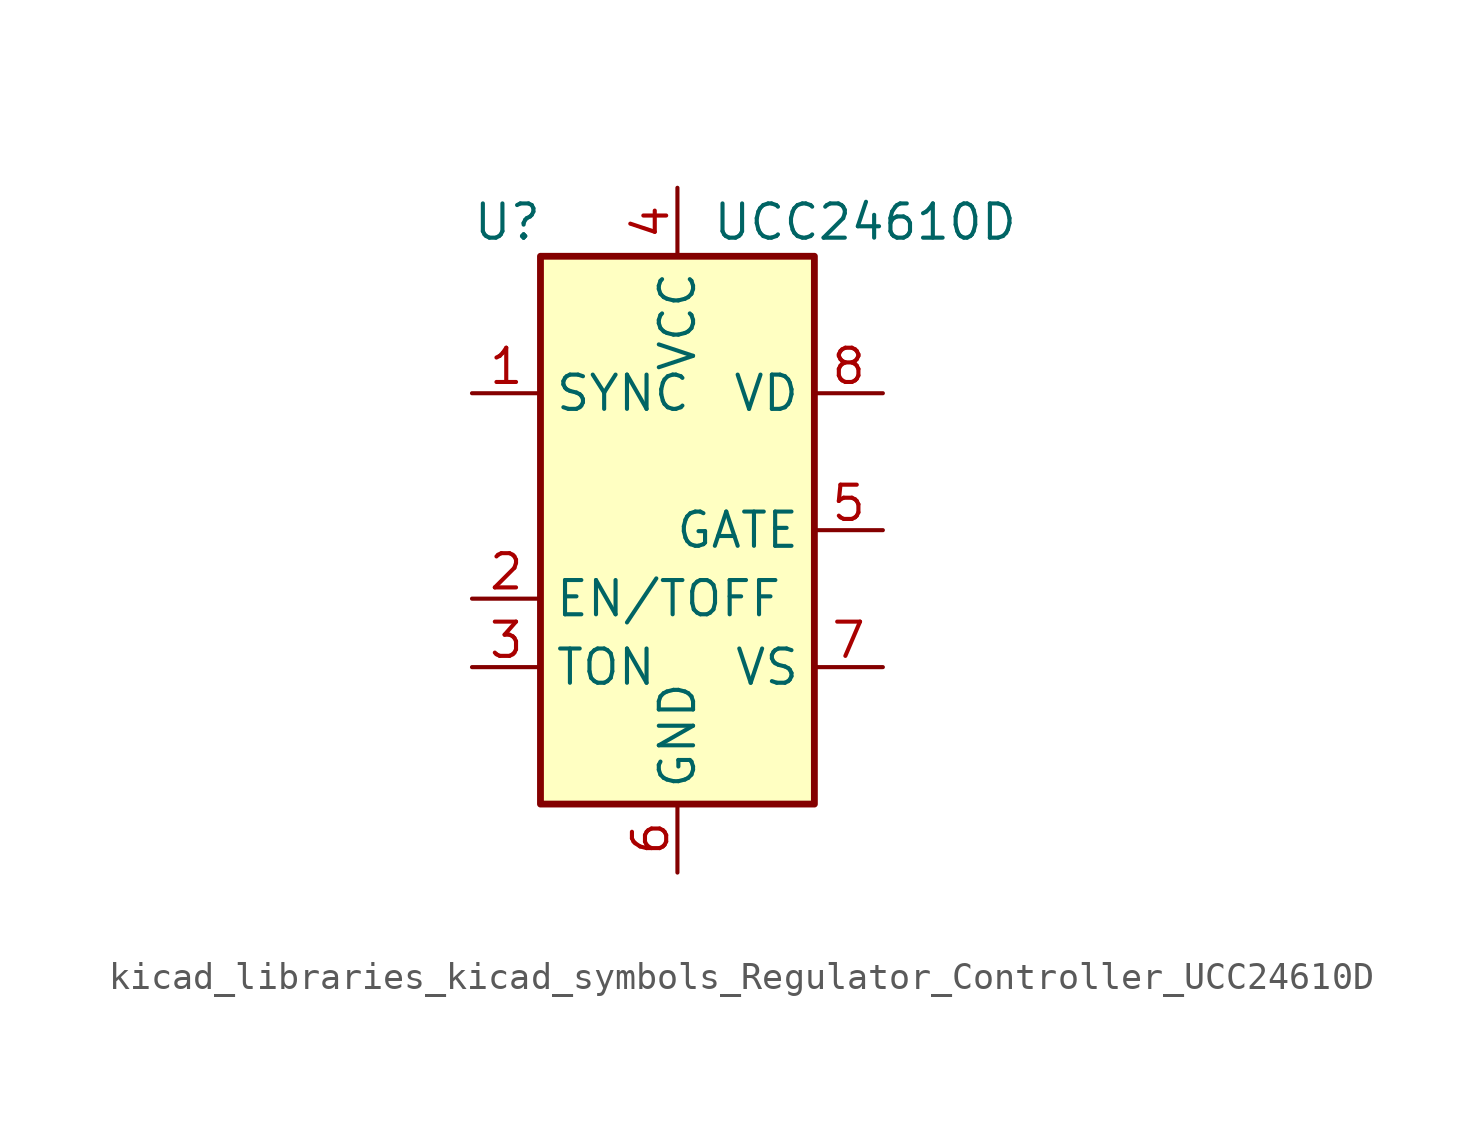
<source format=kicad_sym>
(kicad_symbol_lib
  (version 20220914)
  (generator kicad_symbol_editor)
  (symbol "kicad_libraries_kicad_symbols_Regulator_Controller_UCC24610D"
    (property "Reference" "U"
      (at -7.62 11.43 0)
      (effects (font (size 1.27 1.27)) (justify left)))
    (property "Value" "UCC24610D"
      (at 1.27 11.43 0)
      (effects (font (size 1.27 1.27)) (justify left)))
    (symbol "kicad_libraries_kicad_symbols_Regulator_Controller_UCC24610D_0_1"
      (rectangle (start -5.08 -10.16) (end 5.08 10.16) (stroke (width 0.254) (type default)) (fill (type background))))
    (symbol "kicad_libraries_kicad_symbols_Regulator_Controller_UCC24610D_1_1"
      (pin input line (at -7.62 5.08 0) (length 2.54) (name "SYNC" (effects (font (size 1.27 1.27)))) (number "1" (effects (font (size 1.27 1.27)))))
      (pin input line (at -7.62 -2.54 0) (length 2.54) (name "EN/TOFF" (effects (font (size 1.27 1.27)))) (number "2" (effects (font (size 1.27 1.27)))))
      (pin input line (at -7.62 -5.08 0) (length 2.54) (name "TON" (effects (font (size 1.27 1.27)))) (number "3" (effects (font (size 1.27 1.27)))))
      (pin power_in line (at 0 12.7 270) (length 2.54) (name "VCC" (effects (font (size 1.27 1.27)))) (number "4" (effects (font (size 1.27 1.27)))))
      (pin output line (at 7.62 0 180) (length 2.54) (name "GATE" (effects (font (size 1.27 1.27)))) (number "5" (effects (font (size 1.27 1.27)))))
      (pin power_in line (at 0 -12.7 90) (length 2.54) (name "GND" (effects (font (size 1.27 1.27)))) (number "6" (effects (font (size 1.27 1.27)))))
      (pin input line (at 7.62 -5.08 180) (length 2.54) (name "VS" (effects (font (size 1.27 1.27)))) (number "7" (effects (font (size 1.27 1.27)))))
      (pin input line (at 7.62 5.08 180) (length 2.54) (name "VD" (effects (font (size 1.27 1.27)))) (number "8" (effects (font (size 1.27 1.27))))))))
</source>
